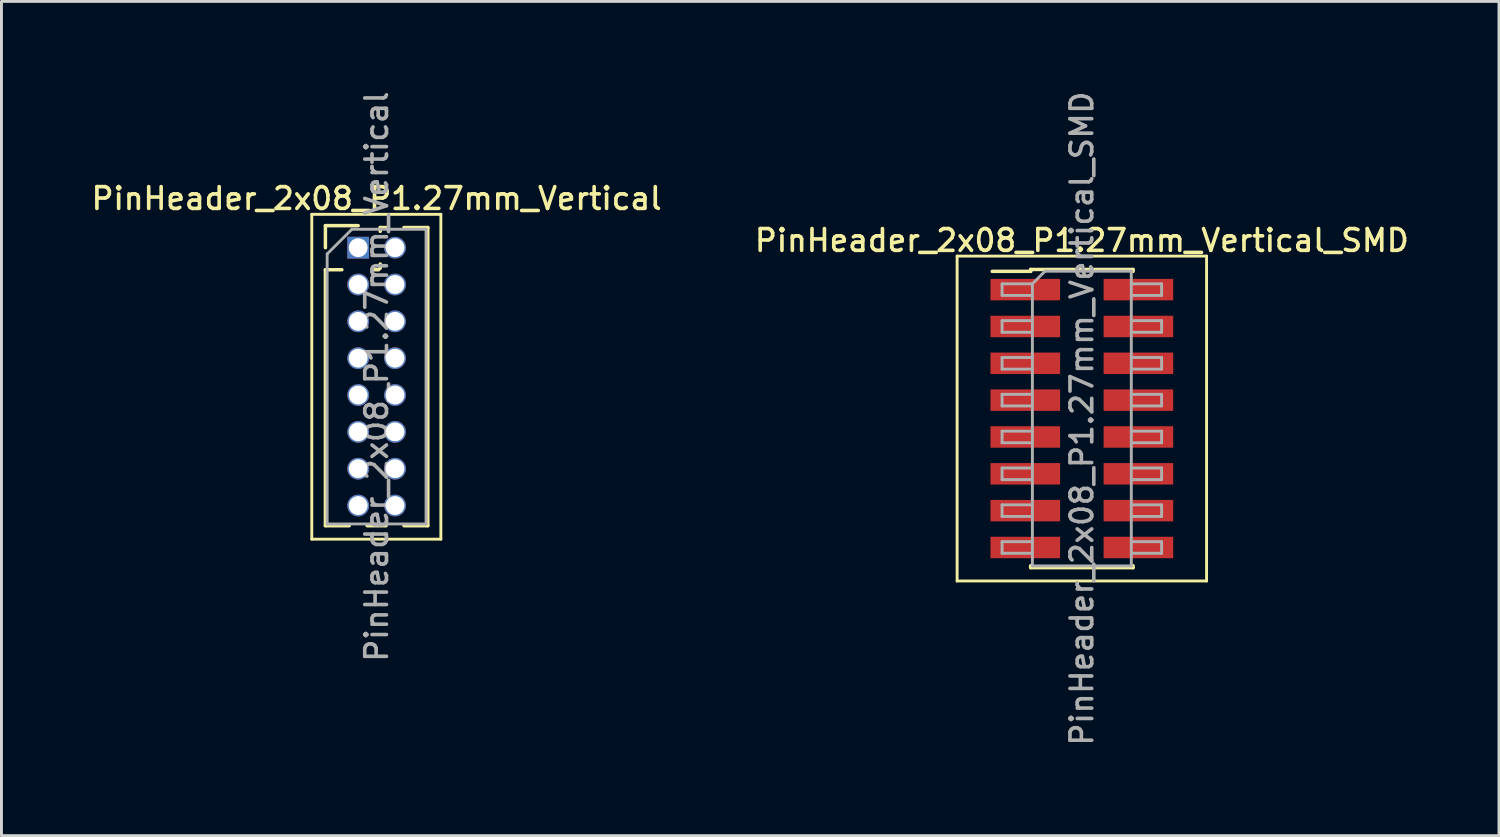
<source format=kicad_pcb>
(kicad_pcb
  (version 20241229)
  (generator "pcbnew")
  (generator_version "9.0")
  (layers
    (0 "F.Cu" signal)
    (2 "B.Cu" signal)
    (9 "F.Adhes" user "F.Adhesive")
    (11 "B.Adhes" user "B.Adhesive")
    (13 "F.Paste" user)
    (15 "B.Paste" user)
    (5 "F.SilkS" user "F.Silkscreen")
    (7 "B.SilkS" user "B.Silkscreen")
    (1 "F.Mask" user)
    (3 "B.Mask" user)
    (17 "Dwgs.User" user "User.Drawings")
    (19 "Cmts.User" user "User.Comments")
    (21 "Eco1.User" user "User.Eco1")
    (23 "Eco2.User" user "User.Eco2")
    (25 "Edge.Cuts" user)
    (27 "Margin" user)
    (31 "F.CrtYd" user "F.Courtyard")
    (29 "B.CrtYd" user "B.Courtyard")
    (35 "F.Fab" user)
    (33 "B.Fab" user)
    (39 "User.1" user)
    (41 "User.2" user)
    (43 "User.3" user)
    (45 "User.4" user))
  (footprint "PinHeader_2x08_P1.27mm_Vertical_SMD"
    (layer "F.Cu")
    (at 34.248 11.38)
    (property "Reference" "PinHeader_2x08_P1.27mm_Vertical_SMD" (at 0 -6.14 0) (layer "F.SilkS") (effects (font (size 0.75 0.75) (thickness 0.125))))
    (attr smd)
    (fp_line (start -4.3 -5.6) (end -4.3 5.6) (stroke (width 0.1) (type solid)) (layer "F.SilkS"))
    (fp_line (start -4.3 5.6) (end 4.3 5.6) (stroke (width 0.1) (type solid)) (layer "F.SilkS"))
    (fp_line (start -3.09 -5.075) (end -1.765 -5.075) (stroke (width 0.12) (type solid)) (layer "F.SilkS"))
    (fp_line (start -1.765 -5.14) (end -1.765 -5.075) (stroke (width 0.12) (type solid)) (layer "F.SilkS"))
    (fp_line (start -1.765 -5.14) (end 1.765 -5.14) (stroke (width 0.12) (type solid)) (layer "F.SilkS"))
    (fp_line (start -1.765 5.075) (end -1.765 5.14) (stroke (width 0.12) (type solid)) (layer "F.SilkS"))
    (fp_line (start -1.765 5.14) (end 1.765 5.14) (stroke (width 0.12) (type solid)) (layer "F.SilkS"))
    (fp_line (start 1.765 -5.14) (end 1.765 -5.075) (stroke (width 0.12) (type solid)) (layer "F.SilkS"))
    (fp_line (start 1.765 5.075) (end 1.765 5.14) (stroke (width 0.12) (type solid)) (layer "F.SilkS"))
    (fp_line (start 4.3 -5.6) (end -4.3 -5.6) (stroke (width 0.1) (type solid)) (layer "F.SilkS"))
    (fp_line (start 4.3 5.6) (end 4.3 -5.6) (stroke (width 0.1) (type solid)) (layer "F.SilkS"))
    (fp_line (start -2.75 -4.645) (end -2.75 -4.245) (stroke (width 0.1) (type solid)) (layer "F.Fab"))
    (fp_line (start -2.75 -4.245) (end -1.705 -4.245) (stroke (width 0.1) (type solid)) (layer "F.Fab"))
    (fp_line (start -2.75 -3.375) (end -2.75 -2.975) (stroke (width 0.1) (type solid)) (layer "F.Fab"))
    (fp_line (start -2.75 -2.975) (end -1.705 -2.975) (stroke (width 0.1) (type solid)) (layer "F.Fab"))
    (fp_line (start -2.75 -2.105) (end -2.75 -1.705) (stroke (width 0.1) (type solid)) (layer "F.Fab"))
    (fp_line (start -2.75 -1.705) (end -1.705 -1.705) (stroke (width 0.1) (type solid)) (layer "F.Fab"))
    (fp_line (start -2.75 -0.835) (end -2.75 -0.435) (stroke (width 0.1) (type solid)) (layer "F.Fab"))
    (fp_line (start -2.75 -0.435) (end -1.705 -0.435) (stroke (width 0.1) (type solid)) (layer "F.Fab"))
    (fp_line (start -2.75 0.435) (end -2.75 0.835) (stroke (width 0.1) (type solid)) (layer "F.Fab"))
    (fp_line (start -2.75 0.835) (end -1.705 0.835) (stroke (width 0.1) (type solid)) (layer "F.Fab"))
    (fp_line (start -2.75 1.705) (end -2.75 2.105) (stroke (width 0.1) (type solid)) (layer "F.Fab"))
    (fp_line (start -2.75 2.105) (end -1.705 2.105) (stroke (width 0.1) (type solid)) (layer "F.Fab"))
    (fp_line (start -2.75 2.975) (end -2.75 3.375) (stroke (width 0.1) (type solid)) (layer "F.Fab"))
    (fp_line (start -2.75 3.375) (end -1.705 3.375) (stroke (width 0.1) (type solid)) (layer "F.Fab"))
    (fp_line (start -2.75 4.245) (end -2.75 4.645) (stroke (width 0.1) (type solid)) (layer "F.Fab"))
    (fp_line (start -2.75 4.645) (end -1.705 4.645) (stroke (width 0.1) (type solid)) (layer "F.Fab"))
    (fp_line (start -1.705 -4.645) (end -2.75 -4.645) (stroke (width 0.1) (type solid)) (layer "F.Fab"))
    (fp_line (start -1.705 -4.645) (end -1.27 -5.08) (stroke (width 0.1) (type solid)) (layer "F.Fab"))
    (fp_line (start -1.705 -3.375) (end -2.75 -3.375) (stroke (width 0.1) (type solid)) (layer "F.Fab"))
    (fp_line (start -1.705 -2.105) (end -2.75 -2.105) (stroke (width 0.1) (type solid)) (layer "F.Fab"))
    (fp_line (start -1.705 -0.835) (end -2.75 -0.835) (stroke (width 0.1) (type solid)) (layer "F.Fab"))
    (fp_line (start -1.705 0.435) (end -2.75 0.435) (stroke (width 0.1) (type solid)) (layer "F.Fab"))
    (fp_line (start -1.705 1.705) (end -2.75 1.705) (stroke (width 0.1) (type solid)) (layer "F.Fab"))
    (fp_line (start -1.705 2.975) (end -2.75 2.975) (stroke (width 0.1) (type solid)) (layer "F.Fab"))
    (fp_line (start -1.705 4.245) (end -2.75 4.245) (stroke (width 0.1) (type solid)) (layer "F.Fab"))
    (fp_line (start -1.705 5.08) (end -1.705 -4.645) (stroke (width 0.1) (type solid)) (layer "F.Fab"))
    (fp_line (start -1.27 -5.08) (end 1.705 -5.08) (stroke (width 0.1) (type solid)) (layer "F.Fab"))
    (fp_line (start 1.705 -5.08) (end 1.705 5.08) (stroke (width 0.1) (type solid)) (layer "F.Fab"))
    (fp_line (start 1.705 -4.645) (end 2.75 -4.645) (stroke (width 0.1) (type solid)) (layer "F.Fab"))
    (fp_line (start 1.705 -3.375) (end 2.75 -3.375) (stroke (width 0.1) (type solid)) (layer "F.Fab"))
    (fp_line (start 1.705 -2.105) (end 2.75 -2.105) (stroke (width 0.1) (type solid)) (layer "F.Fab"))
    (fp_line (start 1.705 -0.835) (end 2.75 -0.835) (stroke (width 0.1) (type solid)) (layer "F.Fab"))
    (fp_line (start 1.705 0.435) (end 2.75 0.435) (stroke (width 0.1) (type solid)) (layer "F.Fab"))
    (fp_line (start 1.705 1.705) (end 2.75 1.705) (stroke (width 0.1) (type solid)) (layer "F.Fab"))
    (fp_line (start 1.705 2.975) (end 2.75 2.975) (stroke (width 0.1) (type solid)) (layer "F.Fab"))
    (fp_line (start 1.705 4.245) (end 2.75 4.245) (stroke (width 0.1) (type solid)) (layer "F.Fab"))
    (fp_line (start 1.705 5.08) (end -1.705 5.08) (stroke (width 0.1) (type solid)) (layer "F.Fab"))
    (fp_line (start 2.75 -4.645) (end 2.75 -4.245) (stroke (width 0.1) (type solid)) (layer "F.Fab"))
    (fp_line (start 2.75 -4.245) (end 1.705 -4.245) (stroke (width 0.1) (type solid)) (layer "F.Fab"))
    (fp_line (start 2.75 -3.375) (end 2.75 -2.975) (stroke (width 0.1) (type solid)) (layer "F.Fab"))
    (fp_line (start 2.75 -2.975) (end 1.705 -2.975) (stroke (width 0.1) (type solid)) (layer "F.Fab"))
    (fp_line (start 2.75 -2.105) (end 2.75 -1.705) (stroke (width 0.1) (type solid)) (layer "F.Fab"))
    (fp_line (start 2.75 -1.705) (end 1.705 -1.705) (stroke (width 0.1) (type solid)) (layer "F.Fab"))
    (fp_line (start 2.75 -0.835) (end 2.75 -0.435) (stroke (width 0.1) (type solid)) (layer "F.Fab"))
    (fp_line (start 2.75 -0.435) (end 1.705 -0.435) (stroke (width 0.1) (type solid)) (layer "F.Fab"))
    (fp_line (start 2.75 0.435) (end 2.75 0.835) (stroke (width 0.1) (type solid)) (layer "F.Fab"))
    (fp_line (start 2.75 0.835) (end 1.705 0.835) (stroke (width 0.1) (type solid)) (layer "F.Fab"))
    (fp_line (start 2.75 1.705) (end 2.75 2.105) (stroke (width 0.1) (type solid)) (layer "F.Fab"))
    (fp_line (start 2.75 2.105) (end 1.705 2.105) (stroke (width 0.1) (type solid)) (layer "F.Fab"))
    (fp_line (start 2.75 2.975) (end 2.75 3.375) (stroke (width 0.1) (type solid)) (layer "F.Fab"))
    (fp_line (start 2.75 3.375) (end 1.705 3.375) (stroke (width 0.1) (type solid)) (layer "F.Fab"))
    (fp_line (start 2.75 4.245) (end 2.75 4.645) (stroke (width 0.1) (type solid)) (layer "F.Fab"))
    (fp_line (start 2.75 4.645) (end 1.705 4.645) (stroke (width 0.1) (type solid)) (layer "F.Fab"))
    (fp_text user "${REFERENCE}" (at 0 0 90) (layer "F.Fab") (effects (font (size 0.75 0.75) (thickness 0.125))))
    (pad "1" smd rect (at -1.95 -4.445) (size 2.4 0.74) (layers "F.Cu" "F.Mask" "F.Paste"))
    (pad "2" smd rect (at 1.95 -4.445) (size 2.4 0.74) (layers "F.Cu" "F.Mask" "F.Paste"))
    (pad "3" smd rect (at -1.95 -3.175) (size 2.4 0.74) (layers "F.Cu" "F.Mask" "F.Paste"))
    (pad "4" smd rect (at 1.95 -3.175) (size 2.4 0.74) (layers "F.Cu" "F.Mask" "F.Paste"))
    (pad "5" smd rect (at -1.95 -1.905) (size 2.4 0.74) (layers "F.Cu" "F.Mask" "F.Paste"))
    (pad "6" smd rect (at 1.95 -1.905) (size 2.4 0.74) (layers "F.Cu" "F.Mask" "F.Paste"))
    (pad "7" smd rect (at -1.95 -0.635) (size 2.4 0.74) (layers "F.Cu" "F.Mask" "F.Paste"))
    (pad "8" smd rect (at 1.95 -0.635) (size 2.4 0.74) (layers "F.Cu" "F.Mask" "F.Paste"))
    (pad "9" smd rect (at -1.95 0.635) (size 2.4 0.74) (layers "F.Cu" "F.Mask" "F.Paste"))
    (pad "10" smd rect (at 1.95 0.635) (size 2.4 0.74) (layers "F.Cu" "F.Mask" "F.Paste"))
    (pad "11" smd rect (at -1.95 1.905) (size 2.4 0.74) (layers "F.Cu" "F.Mask" "F.Paste"))
    (pad "12" smd rect (at 1.95 1.905) (size 2.4 0.74) (layers "F.Cu" "F.Mask" "F.Paste"))
    (pad "13" smd rect (at -1.95 3.175) (size 2.4 0.74) (layers "F.Cu" "F.Mask" "F.Paste"))
    (pad "14" smd rect (at 1.95 3.175) (size 2.4 0.74) (layers "F.Cu" "F.Mask" "F.Paste"))
    (pad "15" smd rect (at -1.95 4.445) (size 2.4 0.74) (layers "F.Cu" "F.Mask" "F.Paste"))
    (pad "16" smd rect (at 1.95 4.445) (size 2.4 0.74) (layers "F.Cu" "F.Mask" "F.Paste")))
  (footprint "PinHeader_2x08_P1.27mm_Vertical"
    (layer "F.Cu")
    (at 9.299 5.489)
    (property "Reference" "PinHeader_2x08_P1.27mm_Vertical" (at 0.635 -1.695 0) (layer "F.SilkS") (effects (font (size 0.75 0.75) (thickness 0.125))))
    (attr through_hole)
    (fp_line (start -1.6 -1.15) (end -1.6 10.05) (stroke (width 0.1) (type solid)) (layer "F.SilkS"))
    (fp_line (start -1.6 10.05) (end 2.85 10.05) (stroke (width 0.1) (type solid)) (layer "F.SilkS"))
    (fp_line (start -1.13 -0.76) (end 0 -0.76) (stroke (width 0.12) (type solid)) (layer "F.SilkS"))
    (fp_line (start -1.13 0) (end -1.13 -0.76) (stroke (width 0.12) (type solid)) (layer "F.SilkS"))
    (fp_line (start -1.13 0.76) (end -1.13 9.585) (stroke (width 0.12) (type solid)) (layer "F.SilkS"))
    (fp_line (start -1.13 0.76) (end -0.563 0.76) (stroke (width 0.12) (type solid)) (layer "F.SilkS"))
    (fp_line (start -1.13 9.585) (end -0.308 9.585) (stroke (width 0.12) (type solid)) (layer "F.SilkS"))
    (fp_line (start 0.308 9.585) (end 0.962 9.585) (stroke (width 0.12) (type solid)) (layer "F.SilkS"))
    (fp_line (start 0.563 0.76) (end 0.707 0.76) (stroke (width 0.12) (type solid)) (layer "F.SilkS"))
    (fp_line (start 0.76 -0.695) (end 0.962 -0.695) (stroke (width 0.12) (type solid)) (layer "F.SilkS"))
    (fp_line (start 0.76 -0.563) (end 0.76 -0.695) (stroke (width 0.12) (type solid)) (layer "F.SilkS"))
    (fp_line (start 0.76 0.707) (end 0.76 0.563) (stroke (width 0.12) (type solid)) (layer "F.SilkS"))
    (fp_line (start 1.578 -0.695) (end 2.4 -0.695) (stroke (width 0.12) (type solid)) (layer "F.SilkS"))
    (fp_line (start 1.578 9.585) (end 2.4 9.585) (stroke (width 0.12) (type solid)) (layer "F.SilkS"))
    (fp_line (start 2.4 -0.695) (end 2.4 9.585) (stroke (width 0.12) (type solid)) (layer "F.SilkS"))
    (fp_line (start 2.85 -1.15) (end -1.6 -1.15) (stroke (width 0.1) (type solid)) (layer "F.SilkS"))
    (fp_line (start 2.85 10.05) (end 2.85 -1.15) (stroke (width 0.1) (type solid)) (layer "F.SilkS"))
    (fp_line (start -1.07 0.217) (end -0.217 -0.635) (stroke (width 0.1) (type solid)) (layer "F.Fab"))
    (fp_line (start -1.07 9.525) (end -1.07 0.217) (stroke (width 0.1) (type solid)) (layer "F.Fab"))
    (fp_line (start -0.217 -0.635) (end 2.34 -0.635) (stroke (width 0.1) (type solid)) (layer "F.Fab"))
    (fp_line (start 2.34 -0.635) (end 2.34 9.525) (stroke (width 0.1) (type solid)) (layer "F.Fab"))
    (fp_line (start 2.34 9.525) (end -1.07 9.525) (stroke (width 0.1) (type solid)) (layer "F.Fab"))
    (fp_text user "${REFERENCE}" (at 0.635 4.445 90) (layer "F.Fab") (effects (font (size 0.75 0.75) (thickness 0.125))))
    (pad "1" thru_hole rect (at 0 0) (size 0.75 0.75) (drill 0.65) (layers "*.Cu" "*.Mask"))
    (pad "2" thru_hole oval (at 1.27 0) (size 0.75 0.75) (drill 0.65) (layers "*.Cu" "*.Mask"))
    (pad "3" thru_hole oval (at 0 1.27) (size 0.75 0.75) (drill 0.65) (layers "*.Cu" "*.Mask"))
    (pad "4" thru_hole oval (at 1.27 1.27) (size 0.75 0.75) (drill 0.65) (layers "*.Cu" "*.Mask"))
    (pad "5" thru_hole oval (at 0 2.54) (size 0.75 0.75) (drill 0.65) (layers "*.Cu" "*.Mask"))
    (pad "6" thru_hole oval (at 1.27 2.54) (size 0.75 0.75) (drill 0.65) (layers "*.Cu" "*.Mask"))
    (pad "7" thru_hole oval (at 0 3.81) (size 0.75 0.75) (drill 0.65) (layers "*.Cu" "*.Mask"))
    (pad "8" thru_hole oval (at 1.27 3.81) (size 0.75 0.75) (drill 0.65) (layers "*.Cu" "*.Mask"))
    (pad "9" thru_hole oval (at 0 5.08) (size 0.75 0.75) (drill 0.65) (layers "*.Cu" "*.Mask"))
    (pad "10" thru_hole oval (at 1.27 5.08) (size 0.75 0.75) (drill 0.65) (layers "*.Cu" "*.Mask"))
    (pad "11" thru_hole oval (at 0 6.35) (size 0.75 0.75) (drill 0.65) (layers "*.Cu" "*.Mask"))
    (pad "12" thru_hole oval (at 1.27 6.35) (size 0.75 0.75) (drill 0.65) (layers "*.Cu" "*.Mask"))
    (pad "13" thru_hole oval (at 0 7.62) (size 0.75 0.75) (drill 0.65) (layers "*.Cu" "*.Mask"))
    (pad "14" thru_hole oval (at 1.27 7.62) (size 0.75 0.75) (drill 0.65) (layers "*.Cu" "*.Mask"))
    (pad "15" thru_hole oval (at 0 8.89) (size 0.75 0.75) (drill 0.65) (layers "*.Cu" "*.Mask"))
    (pad "16" thru_hole oval (at 1.27 8.89) (size 0.75 0.75) (drill 0.65) (layers "*.Cu" "*.Mask")))
  (gr_rect
    (start -3 -3)
    (end 48.629 25.761)
    (stroke (width 0.1) (type default))
    (fill no)
    (layer "Edge.Cuts")))
</source>
